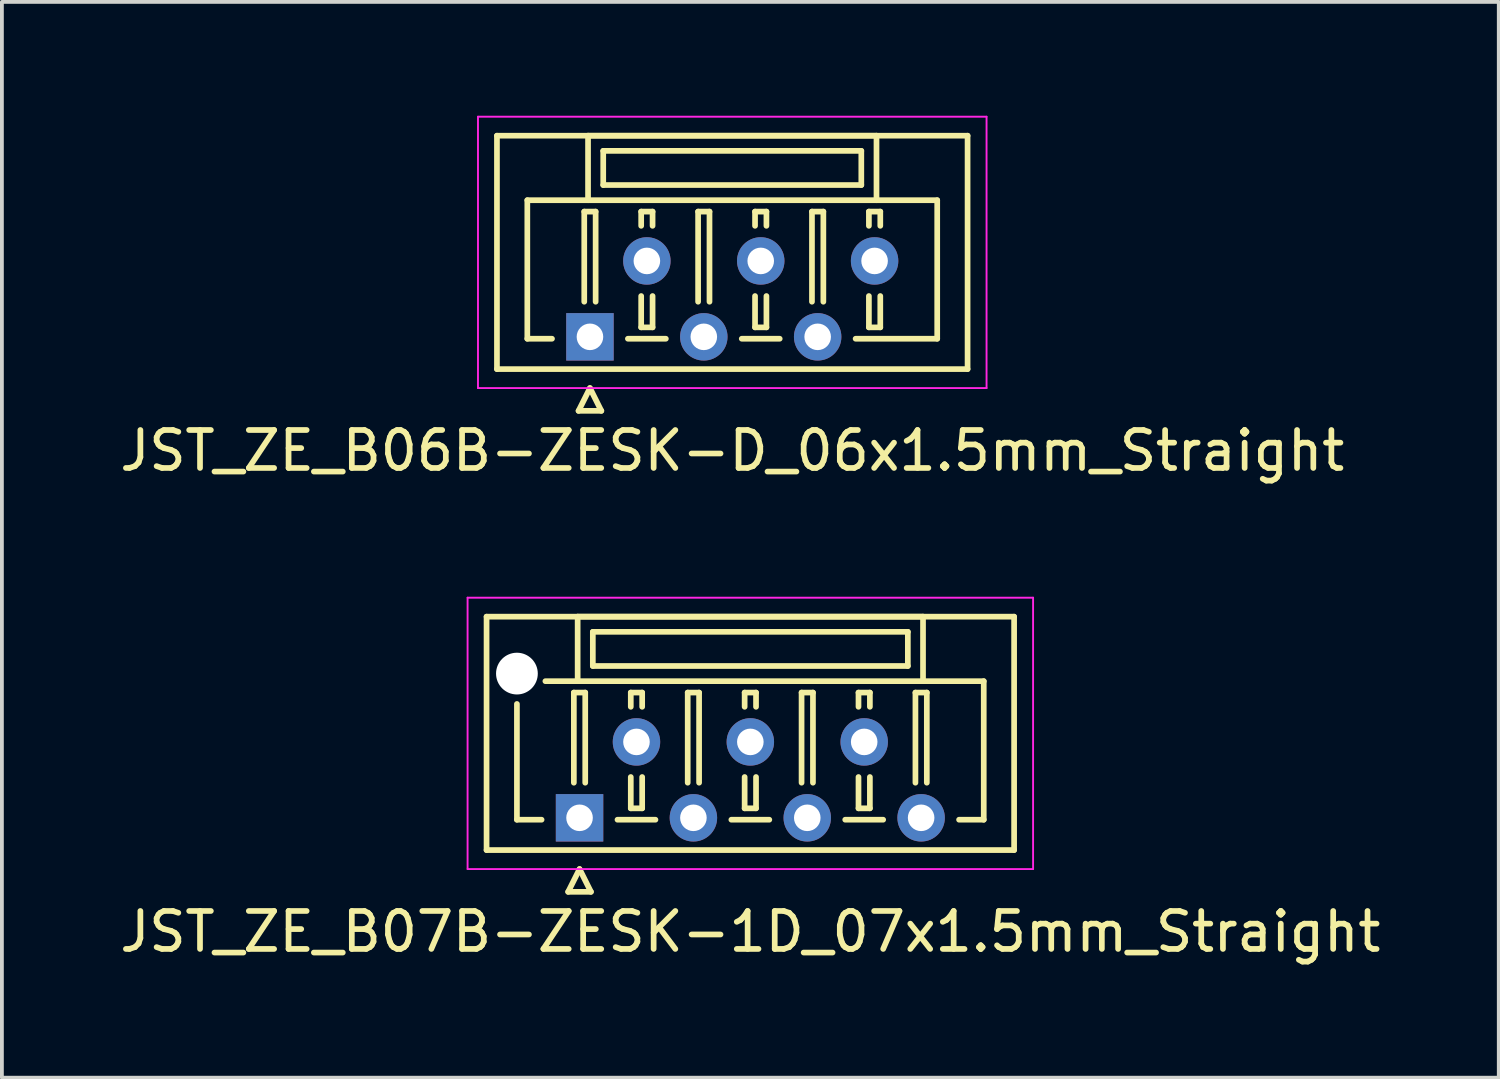
<source format=kicad_pcb>
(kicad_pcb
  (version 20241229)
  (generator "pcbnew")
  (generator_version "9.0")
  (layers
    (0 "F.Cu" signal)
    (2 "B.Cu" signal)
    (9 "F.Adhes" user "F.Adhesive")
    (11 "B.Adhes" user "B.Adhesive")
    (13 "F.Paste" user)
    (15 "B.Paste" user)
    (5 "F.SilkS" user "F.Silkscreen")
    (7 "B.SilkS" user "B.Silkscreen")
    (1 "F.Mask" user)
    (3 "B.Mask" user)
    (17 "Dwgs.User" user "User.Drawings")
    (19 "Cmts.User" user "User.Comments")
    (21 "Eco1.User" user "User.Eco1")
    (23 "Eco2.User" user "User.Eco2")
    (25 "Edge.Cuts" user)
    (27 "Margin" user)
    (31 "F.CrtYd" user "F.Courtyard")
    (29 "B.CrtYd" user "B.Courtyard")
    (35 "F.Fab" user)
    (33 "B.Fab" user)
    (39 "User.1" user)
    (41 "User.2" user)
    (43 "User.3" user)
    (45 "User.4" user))
  (footprint "JST_ZE_B06B-ZESK-D_06x1.5mm_Straight"
    (layer "F.Cu")
    (at 12.494 5.825)
    (property "Reference" "JST_ZE_B06B-ZESK-D_06x1.5mm_Straight" (at 3.75 3 0) (layer "F.SilkS") (effects (font (size 1 1) (thickness 0.15))))
    (attr through_hole)
    (fp_line (start -2.45 -5.3) (end -2.45 0.85) (stroke (width 0.15) (type solid)) (layer "F.SilkS"))
    (fp_line (start -2.45 0.85) (end 9.95 0.85) (stroke (width 0.15) (type solid)) (layer "F.SilkS"))
    (fp_line (start -1.65 -3.6) (end -1.65 0.05) (stroke (width 0.15) (type solid)) (layer "F.SilkS"))
    (fp_line (start -1.65 0.05) (end -1 0.05) (stroke (width 0.15) (type solid)) (layer "F.SilkS"))
    (fp_line (start -0.3 1.95) (end 0 1.35) (stroke (width 0.15) (type solid)) (layer "F.SilkS"))
    (fp_line (start -0.15 -3.3) (end 0.15 -3.3) (stroke (width 0.15) (type solid)) (layer "F.SilkS"))
    (fp_line (start -0.15 -0.925) (end -0.15 -3.3) (stroke (width 0.15) (type solid)) (layer "F.SilkS"))
    (fp_line (start -0.05 -5.3) (end -0.05 -3.6) (stroke (width 0.15) (type solid)) (layer "F.SilkS"))
    (fp_line (start -0.05 -3.6) (end -1.65 -3.6) (stroke (width 0.15) (type solid)) (layer "F.SilkS"))
    (fp_line (start -0.05 -3.6) (end 7.55 -3.6) (stroke (width 0.15) (type solid)) (layer "F.SilkS"))
    (fp_line (start 0 1.35) (end 0.3 1.95) (stroke (width 0.15) (type solid)) (layer "F.SilkS"))
    (fp_line (start 0.15 -3.3) (end 0.15 -0.925) (stroke (width 0.15) (type solid)) (layer "F.SilkS"))
    (fp_line (start 0.3 1.95) (end -0.3 1.95) (stroke (width 0.15) (type solid)) (layer "F.SilkS"))
    (fp_line (start 0.35 -4.9) (end 0.35 -4) (stroke (width 0.15) (type solid)) (layer "F.SilkS"))
    (fp_line (start 0.35 -4) (end 7.15 -4) (stroke (width 0.15) (type solid)) (layer "F.SilkS"))
    (fp_line (start 1 0.05) (end 2 0.05) (stroke (width 0.15) (type solid)) (layer "F.SilkS"))
    (fp_line (start 1.35 -3.3) (end 1.65 -3.3) (stroke (width 0.15) (type solid)) (layer "F.SilkS"))
    (fp_line (start 1.35 -2.925) (end 1.35 -3.3) (stroke (width 0.15) (type solid)) (layer "F.SilkS"))
    (fp_line (start 1.35 -1.075) (end 1.35 -0.25) (stroke (width 0.15) (type solid)) (layer "F.SilkS"))
    (fp_line (start 1.35 -0.25) (end 1.65 -0.25) (stroke (width 0.15) (type solid)) (layer "F.SilkS"))
    (fp_line (start 1.65 -3.3) (end 1.65 -2.925) (stroke (width 0.15) (type solid)) (layer "F.SilkS"))
    (fp_line (start 1.65 -0.25) (end 1.65 -1.075) (stroke (width 0.15) (type solid)) (layer "F.SilkS"))
    (fp_line (start 2.85 -3.3) (end 3.15 -3.3) (stroke (width 0.15) (type solid)) (layer "F.SilkS"))
    (fp_line (start 2.85 -0.925) (end 2.85 -3.3) (stroke (width 0.15) (type solid)) (layer "F.SilkS"))
    (fp_line (start 3.15 -3.3) (end 3.15 -0.925) (stroke (width 0.15) (type solid)) (layer "F.SilkS"))
    (fp_line (start 4 0.05) (end 5 0.05) (stroke (width 0.15) (type solid)) (layer "F.SilkS"))
    (fp_line (start 4.35 -3.3) (end 4.65 -3.3) (stroke (width 0.15) (type solid)) (layer "F.SilkS"))
    (fp_line (start 4.35 -2.925) (end 4.35 -3.3) (stroke (width 0.15) (type solid)) (layer "F.SilkS"))
    (fp_line (start 4.35 -1.075) (end 4.35 -0.25) (stroke (width 0.15) (type solid)) (layer "F.SilkS"))
    (fp_line (start 4.35 -0.25) (end 4.65 -0.25) (stroke (width 0.15) (type solid)) (layer "F.SilkS"))
    (fp_line (start 4.65 -3.3) (end 4.65 -2.925) (stroke (width 0.15) (type solid)) (layer "F.SilkS"))
    (fp_line (start 4.65 -0.25) (end 4.65 -1.075) (stroke (width 0.15) (type solid)) (layer "F.SilkS"))
    (fp_line (start 5.85 -3.3) (end 6.15 -3.3) (stroke (width 0.15) (type solid)) (layer "F.SilkS"))
    (fp_line (start 5.85 -0.925) (end 5.85 -3.3) (stroke (width 0.15) (type solid)) (layer "F.SilkS"))
    (fp_line (start 6.15 -3.3) (end 6.15 -0.925) (stroke (width 0.15) (type solid)) (layer "F.SilkS"))
    (fp_line (start 7.15 -4.9) (end 0.35 -4.9) (stroke (width 0.15) (type solid)) (layer "F.SilkS"))
    (fp_line (start 7.15 -4) (end 7.15 -4.9) (stroke (width 0.15) (type solid)) (layer "F.SilkS"))
    (fp_line (start 7.35 -3.3) (end 7.65 -3.3) (stroke (width 0.15) (type solid)) (layer "F.SilkS"))
    (fp_line (start 7.35 -2.925) (end 7.35 -3.3) (stroke (width 0.15) (type solid)) (layer "F.SilkS"))
    (fp_line (start 7.35 -1.075) (end 7.35 -0.25) (stroke (width 0.15) (type solid)) (layer "F.SilkS"))
    (fp_line (start 7.35 -0.25) (end 7.65 -0.25) (stroke (width 0.15) (type solid)) (layer "F.SilkS"))
    (fp_line (start 7.55 -5.3) (end -0.05 -5.3) (stroke (width 0.15) (type solid)) (layer "F.SilkS"))
    (fp_line (start 7.55 -3.6) (end 7.55 -5.3) (stroke (width 0.15) (type solid)) (layer "F.SilkS"))
    (fp_line (start 7.55 -3.6) (end 9.15 -3.6) (stroke (width 0.15) (type solid)) (layer "F.SilkS"))
    (fp_line (start 7.65 -3.3) (end 7.65 -2.925) (stroke (width 0.15) (type solid)) (layer "F.SilkS"))
    (fp_line (start 7.65 -0.25) (end 7.65 -1.075) (stroke (width 0.15) (type solid)) (layer "F.SilkS"))
    (fp_line (start 9.15 -3.6) (end 9.15 0.05) (stroke (width 0.15) (type solid)) (layer "F.SilkS"))
    (fp_line (start 9.15 0.05) (end 7 0.05) (stroke (width 0.15) (type solid)) (layer "F.SilkS"))
    (fp_line (start 9.95 -5.3) (end -2.45 -5.3) (stroke (width 0.15) (type solid)) (layer "F.SilkS"))
    (fp_line (start 9.95 0.85) (end 9.95 -5.3) (stroke (width 0.15) (type solid)) (layer "F.SilkS"))
    (fp_line (start -2.95 -5.8) (end -2.95 1.35) (stroke (width 0.05) (type solid)) (layer "F.CrtYd"))
    (fp_line (start -2.95 1.35) (end 10.45 1.35) (stroke (width 0.05) (type solid)) (layer "F.CrtYd"))
    (fp_line (start 10.45 -5.8) (end -2.95 -5.8) (stroke (width 0.05) (type solid)) (layer "F.CrtYd"))
    (fp_line (start 10.45 1.35) (end 10.45 -5.8) (stroke (width 0.05) (type solid)) (layer "F.CrtYd"))
    (pad "1" thru_hole rect (at 0 0) (size 1.25 1.25) (drill 0.7) (layers "*.Cu" "*.Mask"))
    (pad "2" thru_hole circle (at 1.5 -2) (size 1.25 1.25) (drill 0.7) (layers "*.Cu" "*.Mask"))
    (pad "3" thru_hole circle (at 3 0) (size 1.25 1.25) (drill 0.7) (layers "*.Cu" "*.Mask"))
    (pad "4" thru_hole circle (at 4.5 -2) (size 1.25 1.25) (drill 0.7) (layers "*.Cu" "*.Mask"))
    (pad "5" thru_hole circle (at 6 0) (size 1.25 1.25) (drill 0.7) (layers "*.Cu" "*.Mask"))
    (pad "6" thru_hole circle (at 7.5 -2) (size 1.25 1.25) (drill 0.7) (layers "*.Cu" "*.Mask")))
  (footprint "JST_ZE_B07B-ZESK-1D_07x1.5mm_Straight"
    (layer "F.Cu")
    (at 12.22 18.498)
    (property "Reference" "JST_ZE_B07B-ZESK-1D_07x1.5mm_Straight" (at 4.5 3 0) (layer "F.SilkS") (effects (font (size 1 1) (thickness 0.15))))
    (attr through_hole)
    (fp_line (start -2.45 -5.3) (end -2.45 0.85) (stroke (width 0.15) (type solid)) (layer "F.SilkS"))
    (fp_line (start -2.45 0.85) (end 11.45 0.85) (stroke (width 0.15) (type solid)) (layer "F.SilkS"))
    (fp_line (start -1.65 -3) (end -1.65 0.05) (stroke (width 0.15) (type solid)) (layer "F.SilkS"))
    (fp_line (start -1.65 0.05) (end -1 0.05) (stroke (width 0.15) (type solid)) (layer "F.SilkS"))
    (fp_line (start -0.3 1.95) (end 0 1.35) (stroke (width 0.15) (type solid)) (layer "F.SilkS"))
    (fp_line (start -0.15 -3.3) (end 0.15 -3.3) (stroke (width 0.15) (type solid)) (layer "F.SilkS"))
    (fp_line (start -0.15 -0.925) (end -0.15 -3.3) (stroke (width 0.15) (type solid)) (layer "F.SilkS"))
    (fp_line (start -0.05 -5.3) (end -0.05 -3.6) (stroke (width 0.15) (type solid)) (layer "F.SilkS"))
    (fp_line (start -0.05 -3.6) (end -0.9 -3.6) (stroke (width 0.15) (type solid)) (layer "F.SilkS"))
    (fp_line (start -0.05 -3.6) (end 9.05 -3.6) (stroke (width 0.15) (type solid)) (layer "F.SilkS"))
    (fp_line (start 0 1.35) (end 0.3 1.95) (stroke (width 0.15) (type solid)) (layer "F.SilkS"))
    (fp_line (start 0.15 -3.3) (end 0.15 -0.925) (stroke (width 0.15) (type solid)) (layer "F.SilkS"))
    (fp_line (start 0.3 1.95) (end -0.3 1.95) (stroke (width 0.15) (type solid)) (layer "F.SilkS"))
    (fp_line (start 0.35 -4.9) (end 0.35 -4) (stroke (width 0.15) (type solid)) (layer "F.SilkS"))
    (fp_line (start 0.35 -4) (end 8.65 -4) (stroke (width 0.15) (type solid)) (layer "F.SilkS"))
    (fp_line (start 1 0.05) (end 2 0.05) (stroke (width 0.15) (type solid)) (layer "F.SilkS"))
    (fp_line (start 1.35 -3.3) (end 1.65 -3.3) (stroke (width 0.15) (type solid)) (layer "F.SilkS"))
    (fp_line (start 1.35 -2.925) (end 1.35 -3.3) (stroke (width 0.15) (type solid)) (layer "F.SilkS"))
    (fp_line (start 1.35 -1.075) (end 1.35 -0.25) (stroke (width 0.15) (type solid)) (layer "F.SilkS"))
    (fp_line (start 1.35 -0.25) (end 1.65 -0.25) (stroke (width 0.15) (type solid)) (layer "F.SilkS"))
    (fp_line (start 1.65 -3.3) (end 1.65 -2.925) (stroke (width 0.15) (type solid)) (layer "F.SilkS"))
    (fp_line (start 1.65 -0.25) (end 1.65 -1.075) (stroke (width 0.15) (type solid)) (layer "F.SilkS"))
    (fp_line (start 2.85 -3.3) (end 3.15 -3.3) (stroke (width 0.15) (type solid)) (layer "F.SilkS"))
    (fp_line (start 2.85 -0.925) (end 2.85 -3.3) (stroke (width 0.15) (type solid)) (layer "F.SilkS"))
    (fp_line (start 3.15 -3.3) (end 3.15 -0.925) (stroke (width 0.15) (type solid)) (layer "F.SilkS"))
    (fp_line (start 4 0.05) (end 5 0.05) (stroke (width 0.15) (type solid)) (layer "F.SilkS"))
    (fp_line (start 4.35 -3.3) (end 4.65 -3.3) (stroke (width 0.15) (type solid)) (layer "F.SilkS"))
    (fp_line (start 4.35 -2.925) (end 4.35 -3.3) (stroke (width 0.15) (type solid)) (layer "F.SilkS"))
    (fp_line (start 4.35 -1.075) (end 4.35 -0.25) (stroke (width 0.15) (type solid)) (layer "F.SilkS"))
    (fp_line (start 4.35 -0.25) (end 4.65 -0.25) (stroke (width 0.15) (type solid)) (layer "F.SilkS"))
    (fp_line (start 4.65 -3.3) (end 4.65 -2.925) (stroke (width 0.15) (type solid)) (layer "F.SilkS"))
    (fp_line (start 4.65 -0.25) (end 4.65 -1.075) (stroke (width 0.15) (type solid)) (layer "F.SilkS"))
    (fp_line (start 5.85 -3.3) (end 6.15 -3.3) (stroke (width 0.15) (type solid)) (layer "F.SilkS"))
    (fp_line (start 5.85 -0.925) (end 5.85 -3.3) (stroke (width 0.15) (type solid)) (layer "F.SilkS"))
    (fp_line (start 6.15 -3.3) (end 6.15 -0.925) (stroke (width 0.15) (type solid)) (layer "F.SilkS"))
    (fp_line (start 7 0.05) (end 8 0.05) (stroke (width 0.15) (type solid)) (layer "F.SilkS"))
    (fp_line (start 7.35 -3.3) (end 7.65 -3.3) (stroke (width 0.15) (type solid)) (layer "F.SilkS"))
    (fp_line (start 7.35 -2.925) (end 7.35 -3.3) (stroke (width 0.15) (type solid)) (layer "F.SilkS"))
    (fp_line (start 7.35 -1.075) (end 7.35 -0.25) (stroke (width 0.15) (type solid)) (layer "F.SilkS"))
    (fp_line (start 7.35 -0.25) (end 7.65 -0.25) (stroke (width 0.15) (type solid)) (layer "F.SilkS"))
    (fp_line (start 7.65 -3.3) (end 7.65 -2.925) (stroke (width 0.15) (type solid)) (layer "F.SilkS"))
    (fp_line (start 7.65 -0.25) (end 7.65 -1.075) (stroke (width 0.15) (type solid)) (layer "F.SilkS"))
    (fp_line (start 8.65 -4.9) (end 0.35 -4.9) (stroke (width 0.15) (type solid)) (layer "F.SilkS"))
    (fp_line (start 8.65 -4) (end 8.65 -4.9) (stroke (width 0.15) (type solid)) (layer "F.SilkS"))
    (fp_line (start 8.85 -3.3) (end 9.15 -3.3) (stroke (width 0.15) (type solid)) (layer "F.SilkS"))
    (fp_line (start 8.85 -0.925) (end 8.85 -3.3) (stroke (width 0.15) (type solid)) (layer "F.SilkS"))
    (fp_line (start 9.05 -5.3) (end -0.05 -5.3) (stroke (width 0.15) (type solid)) (layer "F.SilkS"))
    (fp_line (start 9.05 -3.6) (end 9.05 -5.3) (stroke (width 0.15) (type solid)) (layer "F.SilkS"))
    (fp_line (start 9.05 -3.6) (end 10.65 -3.6) (stroke (width 0.15) (type solid)) (layer "F.SilkS"))
    (fp_line (start 9.15 -3.3) (end 9.15 -0.925) (stroke (width 0.15) (type solid)) (layer "F.SilkS"))
    (fp_line (start 10.65 -3.6) (end 10.65 0.05) (stroke (width 0.15) (type solid)) (layer "F.SilkS"))
    (fp_line (start 10.65 0.05) (end 10 0.05) (stroke (width 0.15) (type solid)) (layer "F.SilkS"))
    (fp_line (start 11.45 -5.3) (end -2.45 -5.3) (stroke (width 0.15) (type solid)) (layer "F.SilkS"))
    (fp_line (start 11.45 0.85) (end 11.45 -5.3) (stroke (width 0.15) (type solid)) (layer "F.SilkS"))
    (fp_line (start -2.95 -5.8) (end -2.95 1.35) (stroke (width 0.05) (type solid)) (layer "F.CrtYd"))
    (fp_line (start -2.95 1.35) (end 11.95 1.35) (stroke (width 0.05) (type solid)) (layer "F.CrtYd"))
    (fp_line (start 11.95 -5.8) (end -2.95 -5.8) (stroke (width 0.05) (type solid)) (layer "F.CrtYd"))
    (fp_line (start 11.95 1.35) (end 11.95 -5.8) (stroke (width 0.05) (type solid)) (layer "F.CrtYd"))
    (pad "" np_thru_hole circle (at -1.65 -3.8) (size 1.1 1.1) (drill 1.1) (layers "*.Cu"))
    (pad "1" thru_hole rect (at 0 0) (size 1.25 1.25) (drill 0.7) (layers "*.Cu" "*.Mask"))
    (pad "2" thru_hole circle (at 1.5 -2) (size 1.25 1.25) (drill 0.7) (layers "*.Cu" "*.Mask"))
    (pad "3" thru_hole circle (at 3 0) (size 1.25 1.25) (drill 0.7) (layers "*.Cu" "*.Mask"))
    (pad "4" thru_hole circle (at 4.5 -2) (size 1.25 1.25) (drill 0.7) (layers "*.Cu" "*.Mask"))
    (pad "5" thru_hole circle (at 6 0) (size 1.25 1.25) (drill 0.7) (layers "*.Cu" "*.Mask"))
    (pad "6" thru_hole circle (at 7.5 -2) (size 1.25 1.25) (drill 0.7) (layers "*.Cu" "*.Mask"))
    (pad "7" thru_hole circle (at 9 0) (size 1.25 1.25) (drill 0.7) (layers "*.Cu" "*.Mask")))
  (gr_rect
    (start -3 -3)
    (end 36.44 25.346)
    (stroke (width 0.1) (type default))
    (fill no)
    (layer "Edge.Cuts")))
</source>
